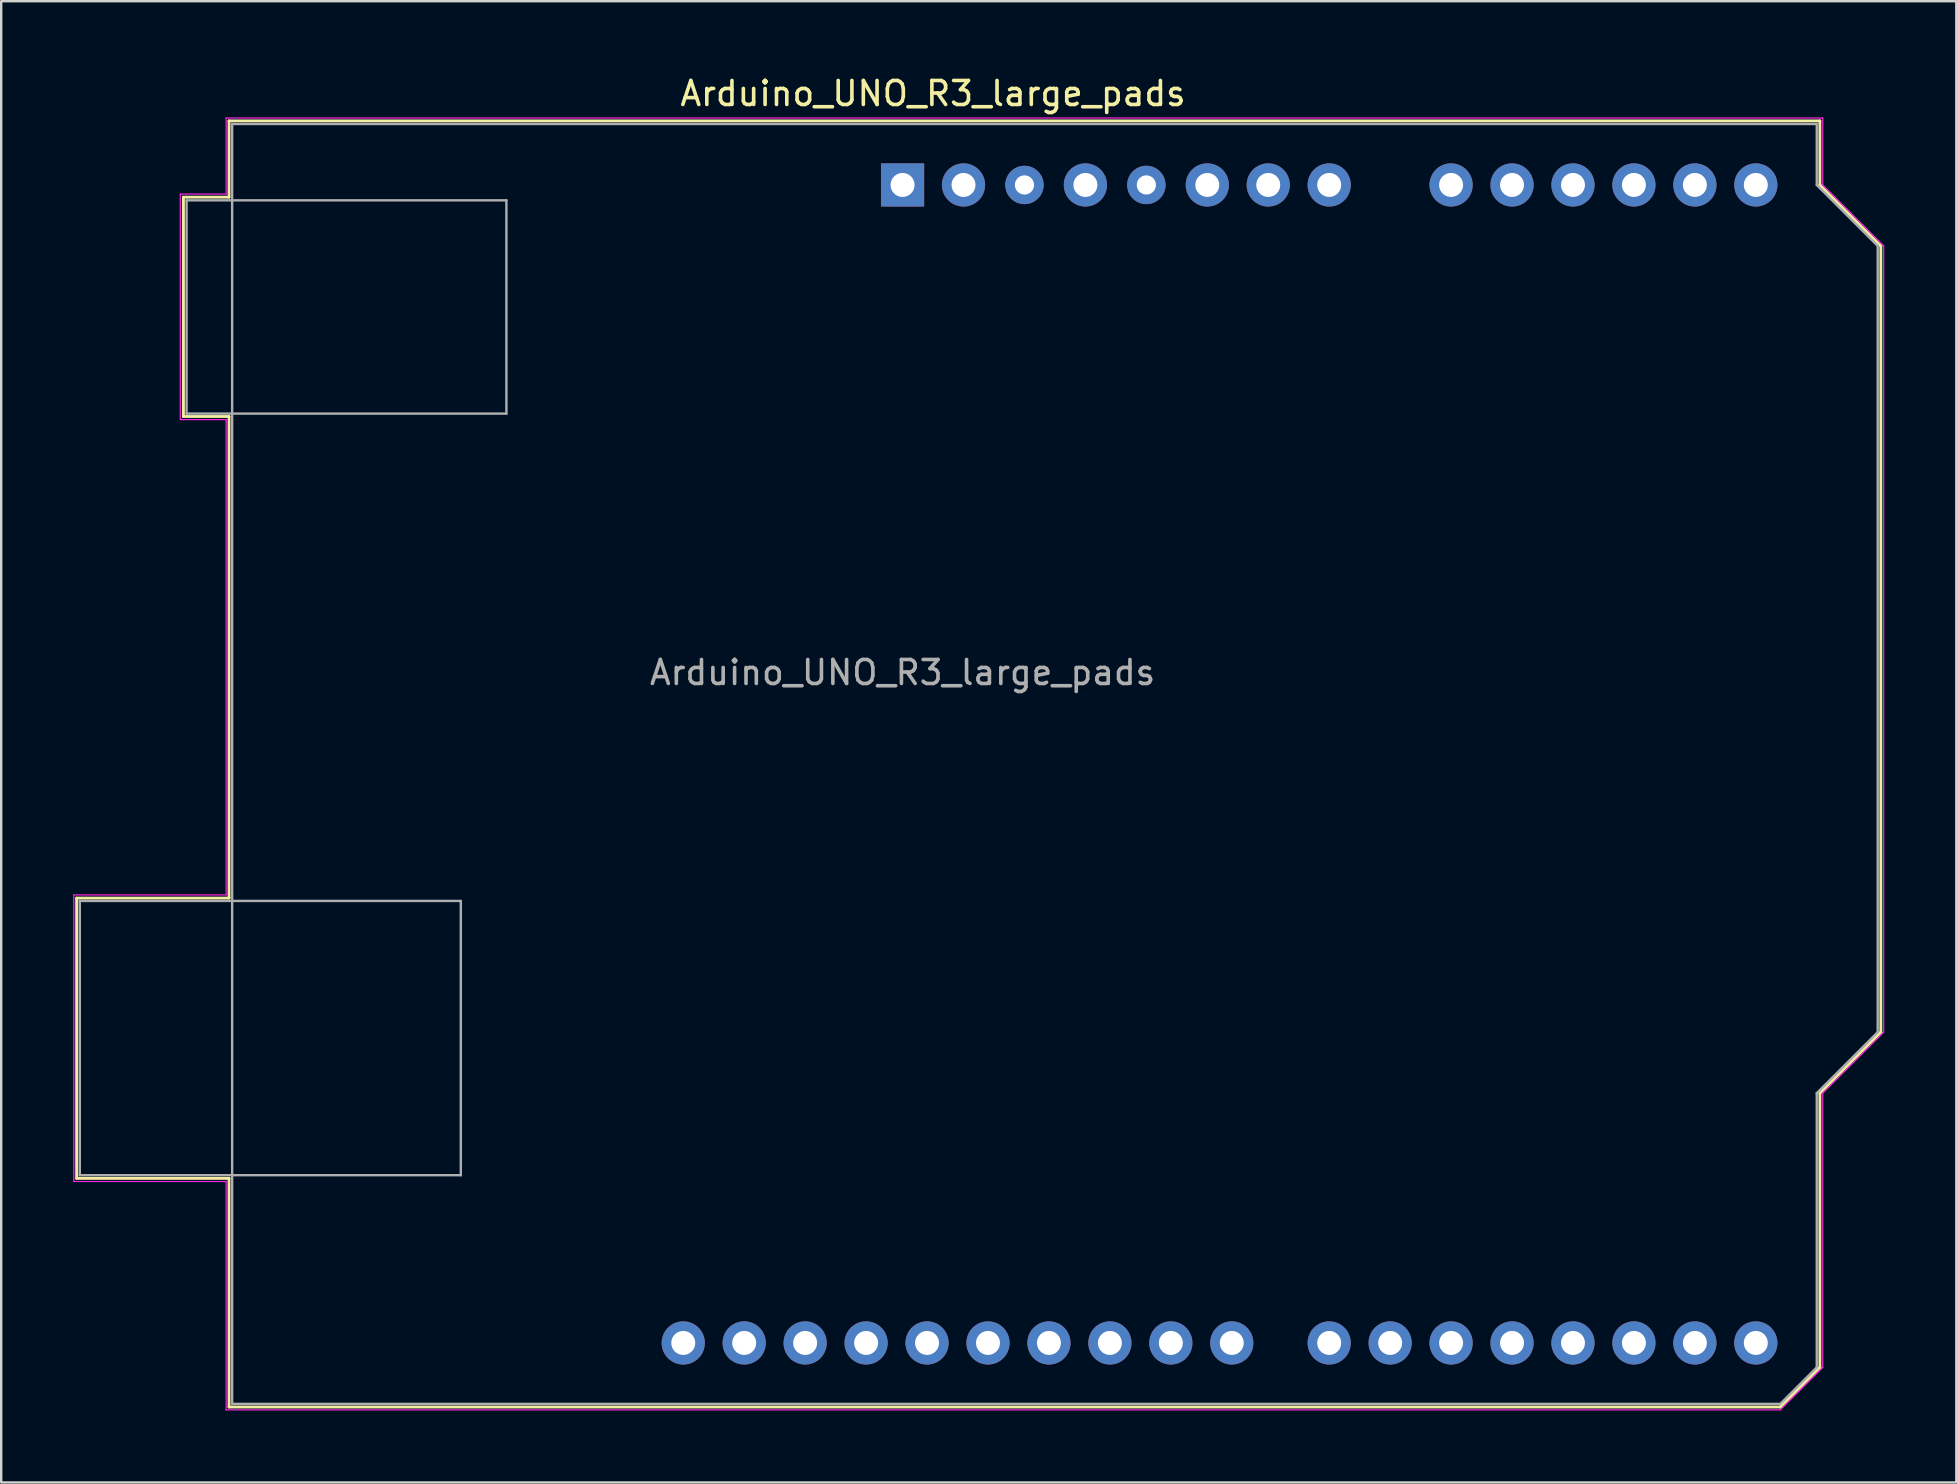
<source format=kicad_pcb>
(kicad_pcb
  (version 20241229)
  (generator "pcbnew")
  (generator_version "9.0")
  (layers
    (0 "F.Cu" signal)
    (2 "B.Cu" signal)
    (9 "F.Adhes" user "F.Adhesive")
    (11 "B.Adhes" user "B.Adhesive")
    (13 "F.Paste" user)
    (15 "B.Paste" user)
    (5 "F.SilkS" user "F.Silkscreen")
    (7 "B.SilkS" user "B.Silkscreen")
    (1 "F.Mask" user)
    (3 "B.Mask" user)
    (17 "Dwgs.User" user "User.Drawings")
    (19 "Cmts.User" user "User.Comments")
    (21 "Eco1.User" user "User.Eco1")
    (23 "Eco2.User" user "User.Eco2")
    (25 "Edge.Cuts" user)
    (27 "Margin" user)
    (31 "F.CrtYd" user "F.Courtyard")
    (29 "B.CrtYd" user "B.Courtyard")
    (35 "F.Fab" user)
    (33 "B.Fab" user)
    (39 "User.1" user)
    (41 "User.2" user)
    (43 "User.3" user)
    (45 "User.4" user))
  (footprint "Arduino_UNO_R3_large_pads"
    (layer "F.Cu")
    (at 34.565 4.658)
    (property "Reference" "Arduino_UNO_R3_large_pads" (at 1.27 -3.81 0) (layer "F.SilkS") (effects (font (size 1 1) (thickness 0.15))))
    (attr through_hole)
    (fp_line (start -34.42 29.72) (end -34.42 41.4) (stroke (width 0.12) (type solid)) (layer "F.SilkS"))
    (fp_line (start -34.42 41.4) (end -28.07 41.4) (stroke (width 0.12) (type solid)) (layer "F.SilkS"))
    (fp_line (start -29.97 0.51) (end -29.97 9.65) (stroke (width 0.12) (type solid)) (layer "F.SilkS"))
    (fp_line (start -29.97 9.65) (end -28.07 9.65) (stroke (width 0.12) (type solid)) (layer "F.SilkS"))
    (fp_line (start -28.07 -2.67) (end -28.07 0.51) (stroke (width 0.12) (type solid)) (layer "F.SilkS"))
    (fp_line (start -28.07 0.51) (end -29.97 0.51) (stroke (width 0.12) (type solid)) (layer "F.SilkS"))
    (fp_line (start -28.07 9.65) (end -28.07 29.72) (stroke (width 0.12) (type solid)) (layer "F.SilkS"))
    (fp_line (start -28.07 29.72) (end -34.42 29.72) (stroke (width 0.12) (type solid)) (layer "F.SilkS"))
    (fp_line (start -28.07 41.4) (end -28.07 50.93) (stroke (width 0.12) (type solid)) (layer "F.SilkS"))
    (fp_line (start -28.07 50.93) (end 36.58 50.93) (stroke (width 0.12) (type solid)) (layer "F.SilkS"))
    (fp_line (start 36.58 50.93) (end 38.23 49.28) (stroke (width 0.12) (type solid)) (layer "F.SilkS"))
    (fp_line (start 38.23 -2.67) (end -28.07 -2.67) (stroke (width 0.12) (type solid)) (layer "F.SilkS"))
    (fp_line (start 38.23 0) (end 38.23 -2.67) (stroke (width 0.12) (type solid)) (layer "F.SilkS"))
    (fp_line (start 38.23 37.85) (end 40.77 35.31) (stroke (width 0.12) (type solid)) (layer "F.SilkS"))
    (fp_line (start 38.23 49.28) (end 38.23 37.85) (stroke (width 0.12) (type solid)) (layer "F.SilkS"))
    (fp_line (start 40.77 2.54) (end 38.23 0) (stroke (width 0.12) (type solid)) (layer "F.SilkS"))
    (fp_line (start 40.77 35.31) (end 40.77 2.54) (stroke (width 0.12) (type solid)) (layer "F.SilkS"))
    (fp_line (start -34.54 29.59) (end -28.19 29.59) (stroke (width 0.05) (type solid)) (layer "F.CrtYd"))
    (fp_line (start -34.54 41.53) (end -34.54 29.59) (stroke (width 0.05) (type solid)) (layer "F.CrtYd"))
    (fp_line (start -30.1 0.38) (end -28.19 0.38) (stroke (width 0.05) (type solid)) (layer "F.CrtYd"))
    (fp_line (start -30.1 9.78) (end -30.1 0.38) (stroke (width 0.05) (type solid)) (layer "F.CrtYd"))
    (fp_line (start -28.19 -2.79) (end 38.35 -2.79) (stroke (width 0.05) (type solid)) (layer "F.CrtYd"))
    (fp_line (start -28.19 0.38) (end -28.19 -2.79) (stroke (width 0.05) (type solid)) (layer "F.CrtYd"))
    (fp_line (start -28.19 9.78) (end -30.1 9.78) (stroke (width 0.05) (type solid)) (layer "F.CrtYd"))
    (fp_line (start -28.19 29.59) (end -28.19 9.78) (stroke (width 0.05) (type solid)) (layer "F.CrtYd"))
    (fp_line (start -28.19 41.53) (end -34.54 41.53) (stroke (width 0.05) (type solid)) (layer "F.CrtYd"))
    (fp_line (start -28.19 51.05) (end -28.19 41.53) (stroke (width 0.05) (type solid)) (layer "F.CrtYd"))
    (fp_line (start 36.58 51.05) (end -28.19 51.05) (stroke (width 0.05) (type solid)) (layer "F.CrtYd"))
    (fp_line (start 38.35 -2.79) (end 38.35 0) (stroke (width 0.05) (type solid)) (layer "F.CrtYd"))
    (fp_line (start 38.35 0) (end 40.89 2.54) (stroke (width 0.05) (type solid)) (layer "F.CrtYd"))
    (fp_line (start 38.35 37.85) (end 38.35 49.28) (stroke (width 0.05) (type solid)) (layer "F.CrtYd"))
    (fp_line (start 38.35 49.28) (end 36.58 51.05) (stroke (width 0.05) (type solid)) (layer "F.CrtYd"))
    (fp_line (start 40.89 2.54) (end 40.89 35.31) (stroke (width 0.05) (type solid)) (layer "F.CrtYd"))
    (fp_line (start 40.89 35.31) (end 38.35 37.85) (stroke (width 0.05) (type solid)) (layer "F.CrtYd"))
    (fp_line (start -34.29 29.84) (end -18.41 29.84) (stroke (width 0.1) (type solid)) (layer "F.Fab"))
    (fp_line (start -34.29 41.27) (end -34.29 29.84) (stroke (width 0.1) (type solid)) (layer "F.Fab"))
    (fp_line (start -29.84 0.64) (end -16.51 0.64) (stroke (width 0.1) (type solid)) (layer "F.Fab"))
    (fp_line (start -29.84 9.53) (end -29.84 0.64) (stroke (width 0.1) (type solid)) (layer "F.Fab"))
    (fp_line (start -27.94 -2.54) (end 38.1 -2.54) (stroke (width 0.1) (type solid)) (layer "F.Fab"))
    (fp_line (start -27.94 50.8) (end -27.94 -2.54) (stroke (width 0.1) (type solid)) (layer "F.Fab"))
    (fp_line (start -18.41 29.84) (end -18.41 41.27) (stroke (width 0.1) (type solid)) (layer "F.Fab"))
    (fp_line (start -18.41 41.27) (end -34.29 41.27) (stroke (width 0.1) (type solid)) (layer "F.Fab"))
    (fp_line (start -16.51 0.64) (end -16.51 9.53) (stroke (width 0.1) (type solid)) (layer "F.Fab"))
    (fp_line (start -16.51 9.53) (end -29.84 9.53) (stroke (width 0.1) (type solid)) (layer "F.Fab"))
    (fp_line (start 36.58 50.8) (end -27.94 50.8) (stroke (width 0.1) (type solid)) (layer "F.Fab"))
    (fp_line (start 38.1 -2.54) (end 38.1 0) (stroke (width 0.1) (type solid)) (layer "F.Fab"))
    (fp_line (start 38.1 0) (end 40.64 2.54) (stroke (width 0.1) (type solid)) (layer "F.Fab"))
    (fp_line (start 38.1 37.85) (end 38.1 49.28) (stroke (width 0.1) (type solid)) (layer "F.Fab"))
    (fp_line (start 38.1 49.28) (end 36.58 50.8) (stroke (width 0.1) (type solid)) (layer "F.Fab"))
    (fp_line (start 40.64 2.54) (end 40.64 35.31) (stroke (width 0.1) (type solid)) (layer "F.Fab"))
    (fp_line (start 40.64 35.31) (end 38.1 37.85) (stroke (width 0.1) (type solid)) (layer "F.Fab"))
    (fp_text user "${REFERENCE}" (at 0 20.32 0) (layer "F.Fab") (effects (font (size 1 1) (thickness 0.15))))
    (pad "1" thru_hole rect (at 0 0 90) (size 1.8 1.8) (drill 1) (layers "*.Cu" "*.Mask"))
    (pad "2" thru_hole oval (at 2.54 0 90) (size 1.8 1.8) (drill 1) (layers "*.Cu" "*.Mask"))
    (pad "3" thru_hole oval (at 5.08 0 90) (size 1.6 1.6) (drill 0.8) (layers "*.Cu" "*.Mask"))
    (pad "4" thru_hole oval (at 7.62 0 90) (size 1.8 1.8) (drill 1) (layers "*.Cu" "*.Mask"))
    (pad "5" thru_hole oval (at 10.16 0 90) (size 1.6 1.6) (drill 0.8) (layers "*.Cu" "*.Mask"))
    (pad "6" thru_hole oval (at 12.7 0 90) (size 1.8 1.8) (drill 1) (layers "*.Cu" "*.Mask"))
    (pad "7" thru_hole oval (at 15.24 0 90) (size 1.8 1.8) (drill 1) (layers "*.Cu" "*.Mask"))
    (pad "8" thru_hole oval (at 17.78 0 90) (size 1.8 1.8) (drill 1) (layers "*.Cu" "*.Mask"))
    (pad "9" thru_hole oval (at 22.86 0 90) (size 1.8 1.8) (drill 1) (layers "*.Cu" "*.Mask"))
    (pad "10" thru_hole oval (at 25.4 0 90) (size 1.8 1.8) (drill 1) (layers "*.Cu" "*.Mask"))
    (pad "11" thru_hole oval (at 27.94 0 90) (size 1.8 1.8) (drill 1) (layers "*.Cu" "*.Mask"))
    (pad "12" thru_hole oval (at 30.48 0 90) (size 1.8 1.8) (drill 1) (layers "*.Cu" "*.Mask"))
    (pad "13" thru_hole oval (at 33.02 0 90) (size 1.8 1.8) (drill 1) (layers "*.Cu" "*.Mask"))
    (pad "14" thru_hole oval (at 35.56 0 90) (size 1.8 1.8) (drill 1) (layers "*.Cu" "*.Mask"))
    (pad "15" thru_hole oval (at 35.56 48.26 90) (size 1.8 1.8) (drill 1) (layers "*.Cu" "*.Mask"))
    (pad "16" thru_hole oval (at 33.02 48.26 90) (size 1.8 1.8) (drill 1) (layers "*.Cu" "*.Mask"))
    (pad "17" thru_hole oval (at 30.48 48.26 90) (size 1.8 1.8) (drill 1) (layers "*.Cu" "*.Mask"))
    (pad "18" thru_hole oval (at 27.94 48.26 90) (size 1.8 1.8) (drill 1) (layers "*.Cu" "*.Mask"))
    (pad "19" thru_hole oval (at 25.4 48.26 90) (size 1.8 1.8) (drill 1) (layers "*.Cu" "*.Mask"))
    (pad "20" thru_hole oval (at 22.86 48.26 90) (size 1.8 1.8) (drill 1) (layers "*.Cu" "*.Mask"))
    (pad "21" thru_hole oval (at 20.32 48.26 90) (size 1.8 1.8) (drill 1) (layers "*.Cu" "*.Mask"))
    (pad "22" thru_hole oval (at 17.78 48.26 90) (size 1.8 1.8) (drill 1) (layers "*.Cu" "*.Mask"))
    (pad "23" thru_hole oval (at 13.72 48.26 90) (size 1.8 1.8) (drill 1) (layers "*.Cu" "*.Mask"))
    (pad "24" thru_hole oval (at 11.18 48.26 90) (size 1.8 1.8) (drill 1) (layers "*.Cu" "*.Mask"))
    (pad "25" thru_hole oval (at 8.64 48.26 90) (size 1.8 1.8) (drill 1) (layers "*.Cu" "*.Mask"))
    (pad "26" thru_hole oval (at 6.1 48.26 90) (size 1.8 1.8) (drill 1) (layers "*.Cu" "*.Mask"))
    (pad "27" thru_hole oval (at 3.56 48.26 90) (size 1.8 1.8) (drill 1) (layers "*.Cu" "*.Mask"))
    (pad "28" thru_hole oval (at 1.02 48.26 90) (size 1.8 1.8) (drill 1) (layers "*.Cu" "*.Mask"))
    (pad "29" thru_hole oval (at -1.52 48.26 90) (size 1.8 1.8) (drill 1) (layers "*.Cu" "*.Mask"))
    (pad "30" thru_hole oval (at -4.06 48.26 90) (size 1.8 1.8) (drill 1) (layers "*.Cu" "*.Mask"))
    (pad "31" thru_hole oval (at -6.6 48.26 90) (size 1.8 1.8) (drill 1) (layers "*.Cu" "*.Mask"))
    (pad "32" thru_hole oval (at -9.14 48.26 90) (size 1.8 1.8) (drill 1) (layers "*.Cu" "*.Mask")))
  (gr_rect
    (start -3 -3)
    (end 78.48 58.733)
    (stroke (width 0.1) (type default))
    (fill no)
    (layer "Edge.Cuts")))
</source>
